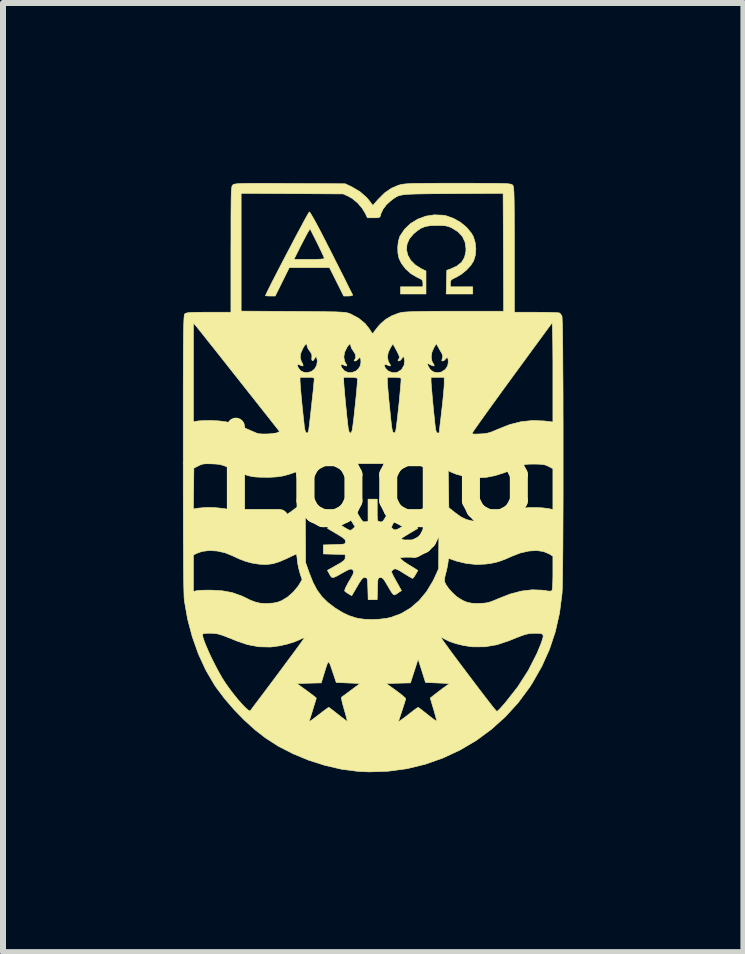
<source format=kicad_pcb>
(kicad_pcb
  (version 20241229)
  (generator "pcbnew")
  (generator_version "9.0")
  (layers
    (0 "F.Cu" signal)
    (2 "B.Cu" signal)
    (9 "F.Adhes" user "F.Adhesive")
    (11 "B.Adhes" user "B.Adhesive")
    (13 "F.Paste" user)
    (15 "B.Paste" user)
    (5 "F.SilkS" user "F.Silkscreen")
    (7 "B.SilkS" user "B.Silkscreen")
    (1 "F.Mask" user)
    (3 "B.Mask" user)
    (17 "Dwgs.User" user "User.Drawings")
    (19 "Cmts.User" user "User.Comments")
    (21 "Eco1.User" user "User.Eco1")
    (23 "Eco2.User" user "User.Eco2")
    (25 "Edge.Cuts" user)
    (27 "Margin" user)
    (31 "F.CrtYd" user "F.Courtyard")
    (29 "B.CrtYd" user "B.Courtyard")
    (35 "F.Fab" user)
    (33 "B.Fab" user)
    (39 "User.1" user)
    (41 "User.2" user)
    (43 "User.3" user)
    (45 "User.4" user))
  (footprint "Logo"
    (layer "F.Cu")
    (at 3.205 4.899)
    (property "Reference" "Logo" (at 0 0 0) (layer "F.SilkS") (effects (font (size 1.524 1.524) (thickness 0.3))))
    (attr through_hole)
    (fp_poly (pts (xy -1.085 -4.402) (xy -1.057 -4.357) (xy -1.015 -4.284) (xy -0.959 -4.181) (xy -0.89 -4.05) (xy -0.809 -3.891) (xy -0.728 -3.733) (xy -0.657 -3.591) (xy -0.59 -3.459) (xy -0.529 -3.339) (xy -0.477 -3.234) (xy -0.434 -3.147) (xy -0.401 -3.083) (xy -0.381 -3.042) (xy -0.375 -3.03) (xy -0.387 -3.021) (xy -0.423 -3.015) (xy -0.447 -3.014) (xy -0.525 -3.014) (xy -0.643 -3.251) (xy -0.762 -3.488) (xy -1.432 -3.488) (xy -1.549 -3.251) (xy -1.667 -3.014) (xy -1.748 -3.014) (xy -1.795 -3.015) (xy -1.824 -3.018) (xy -1.829 -3.019) (xy -1.821 -3.039) (xy -1.8 -3.084) (xy -1.766 -3.152) (xy -1.723 -3.239) (xy -1.671 -3.34) (xy -1.613 -3.453) (xy -1.55 -3.574) (xy -1.524 -3.624) (xy -1.355 -3.624) (xy -1.101 -3.624) (xy -0.995 -3.625) (xy -0.916 -3.628) (xy -0.866 -3.633) (xy -0.847 -3.64) (xy -0.847 -3.641) (xy -0.854 -3.661) (xy -0.874 -3.706) (xy -0.904 -3.77) (xy -0.942 -3.848) (xy -0.966 -3.897) (xy -1.086 -4.136) (xy -1.119 -4.082) (xy -1.139 -4.047) (xy -1.17 -3.988) (xy -1.208 -3.915) (xy -1.249 -3.835) (xy -1.254 -3.826) (xy -1.355 -3.624) (xy -1.524 -3.624) (xy -1.485 -3.699) (xy -1.419 -3.824) (xy -1.355 -3.947) (xy -1.294 -4.062) (xy -1.237 -4.167) (xy -1.188 -4.259) (xy -1.148 -4.332) (xy -1.118 -4.385) (xy -1.101 -4.412) (xy -1.098 -4.415) (xy -1.085 -4.402)) (stroke (width 0.01) (type solid)) (fill yes) (layer "F.SilkS"))
    (fp_poly (pts (xy 1.13 -4.361) (xy 1.185 -4.351) (xy 1.306 -4.308) (xy 1.422 -4.242) (xy 1.524 -4.158) (xy 1.604 -4.061) (xy 1.636 -4.005) (xy 1.666 -3.91) (xy 1.678 -3.802) (xy 1.67 -3.695) (xy 1.642 -3.602) (xy 1.641 -3.599) (xy 1.592 -3.523) (xy 1.521 -3.446) (xy 1.436 -3.377) (xy 1.347 -3.325) (xy 1.346 -3.325) (xy 1.294 -3.3) (xy 1.266 -3.279) (xy 1.255 -3.255) (xy 1.253 -3.225) (xy 1.253 -3.167) (xy 1.626 -3.167) (xy 1.626 -3.048) (xy 1.184 -3.048) (xy 1.189 -3.245) (xy 1.194 -3.443) (xy 1.255 -3.464) (xy 1.362 -3.513) (xy 1.44 -3.576) (xy 1.489 -3.656) (xy 1.512 -3.754) (xy 1.514 -3.802) (xy 1.499 -3.911) (xy 1.455 -4.005) (xy 1.381 -4.085) (xy 1.275 -4.151) (xy 1.275 -4.151) (xy 1.23 -4.17) (xy 1.186 -4.182) (xy 1.131 -4.189) (xy 1.055 -4.191) (xy 1.024 -4.191) (xy 0.92 -4.187) (xy 0.837 -4.173) (xy 0.767 -4.146) (xy 0.699 -4.1) (xy 0.64 -4.051) (xy 0.57 -3.968) (xy 0.531 -3.879) (xy 0.522 -3.787) (xy 0.543 -3.695) (xy 0.592 -3.609) (xy 0.669 -3.532) (xy 0.772 -3.467) (xy 0.774 -3.466) (xy 0.847 -3.431) (xy 0.847 -3.048) (xy 0.423 -3.048) (xy 0.423 -3.167) (xy 0.796 -3.167) (xy 0.796 -3.225) (xy 0.794 -3.257) (xy 0.782 -3.28) (xy 0.755 -3.3) (xy 0.705 -3.324) (xy 0.694 -3.329) (xy 0.596 -3.387) (xy 0.508 -3.466) (xy 0.438 -3.558) (xy 0.397 -3.643) (xy 0.379 -3.73) (xy 0.376 -3.828) (xy 0.386 -3.924) (xy 0.41 -4.004) (xy 0.414 -4.013) (xy 0.491 -4.128) (xy 0.591 -4.223) (xy 0.711 -4.296) (xy 0.844 -4.345) (xy 0.985 -4.367) (xy 1.13 -4.361)) (stroke (width 0.01) (type solid)) (fill yes) (layer "F.SilkS"))
    (fp_poly (pts (xy 0.034 0.557) (xy 0.034 0.638) (xy 0.036 0.691) (xy 0.04 0.723) (xy 0.049 0.739) (xy 0.063 0.746) (xy 0.076 0.749) (xy 0.097 0.753) (xy 0.113 0.75) (xy 0.129 0.738) (xy 0.15 0.711) (xy 0.178 0.664) (xy 0.219 0.594) (xy 0.227 0.58) (xy 0.265 0.516) (xy 0.291 0.476) (xy 0.311 0.457) (xy 0.327 0.453) (xy 0.344 0.46) (xy 0.388 0.483) (xy 0.413 0.505) (xy 0.42 0.531) (xy 0.41 0.569) (xy 0.382 0.625) (xy 0.354 0.677) (xy 0.319 0.742) (xy 0.291 0.795) (xy 0.274 0.831) (xy 0.271 0.841) (xy 0.284 0.86) (xy 0.305 0.877) (xy 0.325 0.885) (xy 0.348 0.883) (xy 0.382 0.87) (xy 0.433 0.841) (xy 0.478 0.813) (xy 0.539 0.777) (xy 0.588 0.748) (xy 0.62 0.731) (xy 0.627 0.728) (xy 0.641 0.742) (xy 0.663 0.775) (xy 0.674 0.794) (xy 0.711 0.86) (xy 0.558 0.951) (xy 0.489 0.993) (xy 0.444 1.023) (xy 0.42 1.046) (xy 0.41 1.066) (xy 0.41 1.084) (xy 0.413 1.102) (xy 0.422 1.115) (xy 0.443 1.122) (xy 0.481 1.127) (xy 0.543 1.129) (xy 0.597 1.131) (xy 0.779 1.136) (xy 0.779 1.287) (xy 0.404 1.287) (xy 0.41 1.332) (xy 0.418 1.357) (xy 0.44 1.383) (xy 0.48 1.415) (xy 0.544 1.458) (xy 0.563 1.469) (xy 0.711 1.561) (xy 0.674 1.627) (xy 0.649 1.667) (xy 0.629 1.691) (xy 0.624 1.693) (xy 0.605 1.685) (xy 0.564 1.662) (xy 0.509 1.629) (xy 0.476 1.608) (xy 0.412 1.568) (xy 0.368 1.545) (xy 0.34 1.535) (xy 0.319 1.537) (xy 0.306 1.544) (xy 0.279 1.567) (xy 0.271 1.583) (xy 0.279 1.604) (xy 0.3 1.648) (xy 0.331 1.706) (xy 0.355 1.749) (xy 0.438 1.897) (xy 0.376 1.939) (xy 0.347 1.959) (xy 0.326 1.968) (xy 0.307 1.965) (xy 0.287 1.945) (xy 0.26 1.905) (xy 0.223 1.842) (xy 0.198 1.799) (xy 0.161 1.738) (xy 0.135 1.701) (xy 0.113 1.684) (xy 0.09 1.68) (xy 0.085 1.68) (xy 0.066 1.683) (xy 0.054 1.692) (xy 0.046 1.713) (xy 0.042 1.751) (xy 0.039 1.813) (xy 0.038 1.867) (xy 0.033 2.049) (xy -0.117 2.049) (xy -0.122 1.867) (xy -0.125 1.787) (xy -0.128 1.734) (xy -0.133 1.703) (xy -0.142 1.688) (xy -0.157 1.682) (xy -0.169 1.68) (xy -0.19 1.681) (xy -0.211 1.693) (xy -0.234 1.721) (xy -0.266 1.769) (xy -0.301 1.829) (xy -0.391 1.982) (xy -0.442 1.952) (xy -0.481 1.927) (xy -0.507 1.906) (xy -0.508 1.905) (xy -0.506 1.883) (xy -0.488 1.84) (xy -0.457 1.78) (xy -0.439 1.748) (xy -0.397 1.677) (xy -0.371 1.628) (xy -0.36 1.596) (xy -0.361 1.574) (xy -0.372 1.556) (xy -0.38 1.548) (xy -0.395 1.538) (xy -0.415 1.539) (xy -0.448 1.55) (xy -0.498 1.576) (xy -0.56 1.61) (xy -0.63 1.65) (xy -0.678 1.673) (xy -0.709 1.68) (xy -0.73 1.67) (xy -0.75 1.644) (xy -0.771 1.605) (xy -0.796 1.56) (xy -0.648 1.476) (xy -0.579 1.437) (xy -0.536 1.408) (xy -0.512 1.386) (xy -0.501 1.365) (xy -0.5 1.344) (xy -0.5 1.295) (xy -0.682 1.291) (xy -0.864 1.286) (xy -0.864 1.136) (xy -0.682 1.131) (xy -0.601 1.128) (xy -0.549 1.125) (xy -0.518 1.12) (xy -0.502 1.111) (xy -0.496 1.096) (xy -0.495 1.084) (xy -0.496 1.062) (xy -0.507 1.042) (xy -0.535 1.018) (xy -0.583 0.986) (xy -0.642 0.951) (xy -0.795 0.86) (xy -0.761 0.794) (xy -0.738 0.754) (xy -0.719 0.731) (xy -0.714 0.728) (xy -0.695 0.737) (xy -0.654 0.759) (xy -0.6 0.791) (xy -0.575 0.806) (xy -0.505 0.849) (xy -0.458 0.876) (xy -0.427 0.89) (xy -0.406 0.891) (xy -0.388 0.881) (xy -0.372 0.867) (xy -0.336 0.833) (xy -0.429 0.683) (xy -0.473 0.611) (xy -0.498 0.561) (xy -0.505 0.526) (xy -0.494 0.501) (xy -0.466 0.48) (xy -0.438 0.464) (xy -0.411 0.452) (xy -0.392 0.453) (xy -0.374 0.472) (xy -0.348 0.514) (xy -0.34 0.529) (xy -0.291 0.616) (xy -0.255 0.677) (xy -0.229 0.717) (xy -0.209 0.74) (xy -0.192 0.75) (xy -0.176 0.752) (xy -0.163 0.75) (xy -0.119 0.741) (xy -0.119 0.373) (xy 0.034 0.373) (xy 0.034 0.557)) (stroke (width 0.01) (type solid)) (fill yes) (layer "F.SilkS"))
    (fp_poly (pts (xy 1.575 -4.894) (xy 1.74 -4.893) (xy 1.877 -4.893) (xy 1.988 -4.892) (xy 2.077 -4.891) (xy 2.145 -4.889) (xy 2.196 -4.887) (xy 2.233 -4.883) (xy 2.259 -4.879) (xy 2.275 -4.874) (xy 2.286 -4.868) (xy 2.292 -4.863) (xy 2.298 -4.854) (xy 2.303 -4.84) (xy 2.307 -4.818) (xy 2.31 -4.786) (xy 2.313 -4.74) (xy 2.315 -4.679) (xy 2.317 -4.6) (xy 2.318 -4.501) (xy 2.319 -4.379) (xy 2.319 -4.23) (xy 2.32 -4.054) (xy 2.32 -3.847) (xy 2.32 -3.788) (xy 2.32 -2.743) (xy 2.688 -2.743) (xy 2.797 -2.742) (xy 2.895 -2.741) (xy 2.977 -2.738) (xy 3.037 -2.735) (xy 3.07 -2.732) (xy 3.075 -2.73) (xy 3.097 -2.706) (xy 3.113 -2.681) (xy 3.116 -2.659) (xy 3.118 -2.606) (xy 3.121 -2.523) (xy 3.123 -2.414) (xy 3.125 -2.281) (xy 3.127 -2.126) (xy 3.128 -1.951) (xy 3.129 -1.76) (xy 3.131 -1.553) (xy 3.132 -1.335) (xy 3.132 -1.106) (xy 3.133 -0.87) (xy 3.133 -0.629) (xy 3.133 -0.386) (xy 3.133 -0.142) (xy 3.133 0.1) (xy 3.133 0.337) (xy 3.132 0.568) (xy 3.131 0.789) (xy 3.13 0.998) (xy 3.129 1.193) (xy 3.127 1.371) (xy 3.125 1.531) (xy 3.123 1.669) (xy 3.121 1.783) (xy 3.119 1.872) (xy 3.116 1.931) (xy 3.115 1.947) (xy 3.073 2.274) (xy 3.003 2.583) (xy 2.905 2.878) (xy 2.777 3.162) (xy 2.619 3.44) (xy 2.575 3.508) (xy 2.384 3.766) (xy 2.17 4.001) (xy 1.935 4.212) (xy 1.682 4.398) (xy 1.412 4.557) (xy 1.128 4.689) (xy 0.833 4.793) (xy 0.528 4.867) (xy 0.216 4.909) (xy -0.101 4.92) (xy -0.296 4.91) (xy -0.563 4.875) (xy -0.835 4.812) (xy -1.106 4.726) (xy -1.368 4.618) (xy -1.614 4.492) (xy -1.827 4.355) (xy -2.001 4.22) (xy -2.178 4.06) (xy -2.349 3.885) (xy -2.507 3.702) (xy -2.645 3.52) (xy -2.679 3.47) (xy -2.823 3.224) (xy -2.947 2.955) (xy -3.049 2.668) (xy -3.058 2.634) (xy -2.879 2.634) (xy -2.871 2.678) (xy -2.848 2.747) (xy -2.813 2.833) (xy -2.77 2.933) (xy -2.719 3.04) (xy -2.664 3.149) (xy -2.608 3.254) (xy -2.553 3.351) (xy -2.501 3.433) (xy -2.496 3.44) (xy -2.434 3.528) (xy -2.368 3.615) (xy -2.301 3.698) (xy -2.238 3.771) (xy -2.181 3.832) (xy -2.134 3.877) (xy -2.1 3.901) (xy -2.084 3.902) (xy -2.071 3.886) (xy -2.04 3.845) (xy -1.993 3.782) (xy -1.932 3.701) (xy -1.859 3.605) (xy -1.777 3.495) (xy -1.74 3.446) (xy -1.308 3.446) (xy -1.145 3.563) (xy -1.082 3.61) (xy -1.03 3.649) (xy -0.995 3.678) (xy -0.982 3.69) (xy -0.987 3.709) (xy -1 3.754) (xy -1.02 3.817) (xy -1.041 3.886) (xy -1.064 3.96) (xy -1.083 4.021) (xy -1.096 4.062) (xy -1.1 4.078) (xy -1.094 4.078) (xy -1.072 4.065) (xy -1.031 4.036) (xy -0.969 3.988) (xy -0.92 3.951) (xy -0.862 3.906) (xy -0.815 3.871) (xy -0.783 3.849) (xy -0.774 3.844) (xy -0.759 3.854) (xy -0.722 3.881) (xy -0.671 3.921) (xy -0.618 3.963) (xy -0.558 4.01) (xy -0.509 4.047) (xy -0.476 4.071) (xy -0.464 4.077) (xy -0.467 4.06) (xy -0.478 4.017) (xy -0.495 3.954) (xy -0.517 3.879) (xy -0.517 3.878) (xy -0.538 3.802) (xy -0.554 3.739) (xy -0.562 3.694) (xy -0.561 3.675) (xy -0.561 3.675) (xy -0.543 3.662) (xy -0.503 3.633) (xy -0.449 3.593) (xy -0.4 3.556) (xy -0.252 3.446) (xy 0.183 3.446) (xy 0.346 3.563) (xy 0.409 3.61) (xy 0.461 3.652) (xy 0.496 3.683) (xy 0.508 3.699) (xy 0.503 3.722) (xy 0.489 3.77) (xy 0.468 3.835) (xy 0.449 3.895) (xy 0.425 3.966) (xy 0.406 4.025) (xy 0.393 4.064) (xy 0.389 4.077) (xy 0.395 4.078) (xy 0.415 4.067) (xy 0.451 4.041) (xy 0.508 3.999) (xy 0.57 3.951) (xy 0.628 3.906) (xy 0.675 3.871) (xy 0.707 3.849) (xy 0.716 3.844) (xy 0.731 3.854) (xy 0.768 3.881) (xy 0.819 3.921) (xy 0.872 3.963) (xy 0.932 4.01) (xy 0.981 4.047) (xy 1.015 4.07) (xy 1.026 4.076) (xy 1.024 4.059) (xy 1.013 4.016) (xy 0.996 3.953) (xy 0.975 3.88) (xy 0.918 3.689) (xy 1.003 3.622) (xy 1.064 3.575) (xy 1.129 3.526) (xy 1.164 3.501) (xy 1.24 3.446) (xy 0.839 3.429) (xy 0.778 3.234) (xy 0.716 3.04) (xy 0.652 3.238) (xy 0.588 3.436) (xy 0.386 3.441) (xy 0.183 3.446) (xy -0.252 3.446) (xy -0.649 3.429) (xy -0.712 3.243) (xy -0.738 3.165) (xy -0.757 3.114) (xy -0.773 3.09) (xy -0.787 3.094) (xy -0.803 3.128) (xy -0.824 3.191) (xy -0.853 3.285) (xy -0.855 3.291) (xy -0.899 3.436) (xy -1.308 3.446) (xy -1.74 3.446) (xy -1.687 3.375) (xy -1.62 3.285) (xy -1.527 3.16) (xy -1.441 3.044) (xy -1.363 2.939) (xy -1.296 2.848) (xy -1.242 2.774) (xy -1.203 2.719) (xy -1.181 2.687) (xy -1.176 2.679) (xy -1.192 2.684) (xy -1.229 2.7) (xy -1.263 2.717) (xy -1.357 2.756) (xy -1.473 2.791) (xy -1.6 2.819) (xy -1.726 2.836) (xy -1.752 2.838) (xy -1.937 2.834) (xy -2.128 2.798) (xy -2.314 2.735) (xy -2.421 2.69) (xy -2.459 2.676) (xy 1.096 2.676) (xy 1.102 2.688) (xy 1.127 2.725) (xy 1.167 2.782) (xy 1.221 2.856) (xy 1.286 2.945) (xy 1.359 3.043) (xy 1.391 3.086) (xy 1.526 3.265) (xy 1.642 3.419) (xy 1.74 3.548) (xy 1.822 3.655) (xy 1.888 3.741) (xy 1.94 3.808) (xy 1.979 3.857) (xy 2.007 3.889) (xy 2.024 3.907) (xy 2.031 3.912) (xy 2.047 3.899) (xy 2.08 3.867) (xy 2.124 3.818) (xy 2.17 3.766) (xy 2.378 3.501) (xy 2.553 3.228) (xy 2.696 2.948) (xy 2.762 2.789) (xy 2.789 2.711) (xy 2.802 2.66) (xy 2.795 2.629) (xy 2.767 2.614) (xy 2.714 2.609) (xy 2.659 2.609) (xy 2.608 2.61) (xy 2.561 2.616) (xy 2.509 2.627) (xy 2.448 2.647) (xy 2.371 2.676) (xy 2.272 2.716) (xy 2.231 2.733) (xy 2.03 2.8) (xy 1.831 2.834) (xy 1.634 2.835) (xy 1.592 2.831) (xy 1.465 2.811) (xy 1.345 2.781) (xy 1.239 2.745) (xy 1.16 2.706) (xy 1.122 2.686) (xy 1.097 2.676) (xy 1.096 2.676) (xy -2.459 2.676) (xy -2.505 2.658) (xy -2.57 2.635) (xy -2.623 2.62) (xy -2.67 2.612) (xy -2.718 2.609) (xy -2.756 2.608) (xy -2.821 2.609) (xy -2.859 2.614) (xy -2.876 2.624) (xy -2.879 2.634) (xy -3.058 2.634) (xy -3.128 2.37) (xy -3.181 2.066) (xy -3.183 2.049) (xy -3.186 2.008) (xy -3.188 1.934) (xy -3.191 1.827) (xy -3.193 1.687) (xy -3.194 1.609) (xy -3.031 1.609) (xy -3.031 1.914) (xy -2.985 1.901) (xy -2.949 1.896) (xy -2.889 1.892) (xy -2.812 1.89) (xy -2.735 1.89) (xy -2.548 1.901) (xy -2.383 1.931) (xy -2.233 1.984) (xy -2.179 2.009) (xy -2.079 2.058) (xy -1.996 2.089) (xy -1.92 2.107) (xy -1.842 2.113) (xy -1.786 2.112) (xy -1.697 2.105) (xy -1.624 2.09) (xy -1.554 2.063) (xy -1.554 2.062) (xy -1.459 2.004) (xy -1.367 1.923) (xy -1.288 1.829) (xy -1.26 1.786) (xy -1.218 1.713) (xy -1.252 1.613) (xy -1.272 1.538) (xy -1.29 1.453) (xy -1.297 1.4) (xy -1.303 1.343) (xy -1.309 1.303) (xy -1.313 1.287) (xy -1.313 1.287) (xy -1.329 1.294) (xy -1.369 1.312) (xy -1.427 1.34) (xy -1.476 1.363) (xy -1.598 1.416) (xy -1.705 1.449) (xy -1.809 1.462) (xy -1.918 1.458) (xy -1.949 1.455) (xy -2.06 1.437) (xy -2.161 1.409) (xy -2.267 1.369) (xy -2.376 1.318) (xy -2.504 1.266) (xy -2.637 1.237) (xy -2.766 1.229) (xy -2.886 1.244) (xy -2.979 1.278) (xy -3.031 1.305) (xy -3.031 1.609) (xy -3.194 1.609) (xy -3.195 1.515) (xy -3.196 1.311) (xy -3.198 1.076) (xy -3.199 0.811) (xy -3.199 0.537) (xy -3.032 0.537) (xy -2.951 0.523) (xy -2.816 0.511) (xy -2.669 0.514) (xy -2.518 0.53) (xy -2.371 0.559) (xy -2.238 0.6) (xy -2.126 0.65) (xy -2.092 0.67) (xy -1.99 0.718) (xy -1.874 0.741) (xy -1.752 0.739) (xy -1.633 0.712) (xy -1.575 0.688) (xy -1.507 0.65) (xy -1.434 0.603) (xy -1.393 0.574) (xy -1.304 0.507) (xy -1.304 0.209) (xy -1.304 0.102) (xy -1.305 0.024) (xy -1.308 -0.029) (xy -1.312 -0.061) (xy -1.318 -0.076) (xy -1.327 -0.079) (xy -1.33 -0.078) (xy -1.44 -0.04) (xy -1.538 -0.014) (xy -1.637 0.001) (xy -1.751 0.008) (xy -1.82 0.008) (xy -1.916 0.007) (xy -1.994 0.003) (xy -2.063 -0.006) (xy -2.13 -0.023) (xy -2.204 -0.049) (xy -2.293 -0.086) (xy -2.396 -0.133) (xy -2.476 -0.168) (xy -2.537 -0.191) (xy -2.591 -0.205) (xy -2.648 -0.212) (xy -2.718 -0.216) (xy -2.795 -0.218) (xy -2.85 -0.216) (xy -2.892 -0.207) (xy -2.932 -0.19) (xy -2.946 -0.183) (xy -3.023 -0.144) (xy -3.027 0.196) (xy -3.032 0.537) (xy -3.199 0.537) (xy -3.199 0.515) (xy -3.2 0.19) (xy -3.2 -0.165) (xy -3.2 -0.22) (xy -1.17 -0.22) (xy -1.165 0.605) (xy -1.16 1.431) (xy -1.099 1.603) (xy -1.038 1.758) (xy -0.97 1.887) (xy -0.89 1.996) (xy -0.793 2.092) (xy -0.675 2.183) (xy -0.666 2.189) (xy -0.548 2.262) (xy -0.44 2.314) (xy -0.329 2.35) (xy -0.274 2.363) (xy -0.172 2.376) (xy -0.051 2.38) (xy 0.075 2.374) (xy 0.194 2.359) (xy 0.262 2.344) (xy 0.433 2.281) (xy 0.59 2.187) (xy 0.732 2.065) (xy 0.857 1.914) (xy 0.964 1.737) (xy 0.968 1.729) (xy 1.155 1.729) (xy 1.157 1.749) (xy 1.181 1.8) (xy 1.225 1.863) (xy 1.283 1.928) (xy 1.346 1.987) (xy 1.395 2.023) (xy 1.471 2.067) (xy 1.538 2.094) (xy 1.611 2.108) (xy 1.699 2.112) (xy 1.744 2.111) (xy 1.816 2.107) (xy 1.873 2.099) (xy 1.929 2.083) (xy 1.995 2.057) (xy 2.048 2.034) (xy 2.246 1.956) (xy 2.436 1.906) (xy 2.616 1.884) (xy 2.783 1.89) (xy 2.819 1.895) (xy 2.883 1.905) (xy 2.922 1.907) (xy 2.942 1.9) (xy 2.949 1.893) (xy 2.954 1.869) (xy 2.958 1.818) (xy 2.961 1.745) (xy 2.963 1.658) (xy 2.963 1.597) (xy 2.963 1.324) (xy 2.904 1.287) (xy 2.807 1.246) (xy 2.69 1.229) (xy 2.56 1.238) (xy 2.419 1.27) (xy 2.275 1.326) (xy 2.173 1.371) (xy 2.089 1.403) (xy 2.014 1.426) (xy 1.935 1.442) (xy 1.844 1.455) (xy 1.686 1.462) (xy 1.52 1.445) (xy 1.361 1.407) (xy 1.34 1.4) (xy 1.223 1.359) (xy 1.212 1.446) (xy 1.199 1.517) (xy 1.181 1.594) (xy 1.174 1.619) (xy 1.16 1.677) (xy 1.155 1.729) (xy 0.968 1.729) (xy 1.001 1.659) (xy 1.058 1.532) (xy 1.067 -0.103) (xy 1.218 -0.103) (xy 1.228 0.515) (xy 1.329 0.596) (xy 1.427 0.667) (xy 1.519 0.712) (xy 1.615 0.736) (xy 1.725 0.741) (xy 1.736 0.741) (xy 1.811 0.736) (xy 1.871 0.726) (xy 1.929 0.706) (xy 1.999 0.673) (xy 2.136 0.611) (xy 2.262 0.566) (xy 2.387 0.535) (xy 2.458 0.524) (xy 2.56 0.514) (xy 2.677 0.513) (xy 2.793 0.518) (xy 2.894 0.531) (xy 2.917 0.536) (xy 2.963 0.546) (xy 2.963 -0.135) (xy 2.891 -0.173) (xy 2.852 -0.192) (xy 2.81 -0.203) (xy 2.757 -0.209) (xy 2.683 -0.212) (xy 2.65 -0.212) (xy 2.571 -0.211) (xy 2.513 -0.207) (xy 2.464 -0.197) (xy 2.412 -0.179) (xy 2.344 -0.149) (xy 2.324 -0.139) (xy 2.152 -0.068) (xy 1.997 -0.019) (xy 1.853 0.009) (xy 1.721 0.017) (xy 1.596 0.01) (xy 1.47 -0.011) (xy 1.354 -0.042) (xy 1.268 -0.077) (xy 1.218 -0.103) (xy 1.067 -0.103) (xy 1.068 -0.22) (xy -1.17 -0.22) (xy -3.2 -0.22) (xy -3.2 -0.392) (xy -3.2 -0.719) (xy -3.2 -0.914) (xy -3.031 -0.914) (xy -2.985 -0.926) (xy -2.949 -0.931) (xy -2.889 -0.935) (xy -2.812 -0.937) (xy -2.743 -0.938) (xy -2.608 -0.932) (xy -2.485 -0.916) (xy -2.364 -0.885) (xy -2.233 -0.838) (xy -2.138 -0.798) (xy -2.071 -0.768) (xy -2.014 -0.744) (xy -1.975 -0.727) (xy -1.964 -0.723) (xy -1.924 -0.716) (xy -1.863 -0.713) (xy -1.791 -0.714) (xy -1.721 -0.719) (xy -1.715 -0.719) (xy 1.617 -0.719) (xy 1.634 -0.713) (xy 1.673 -0.712) (xy 1.741 -0.714) (xy 1.746 -0.714) (xy 1.819 -0.719) (xy 1.879 -0.729) (xy 1.939 -0.747) (xy 2.01 -0.777) (xy 2.045 -0.792) (xy 2.242 -0.87) (xy 2.432 -0.918) (xy 2.62 -0.938) (xy 2.814 -0.931) (xy 2.857 -0.926) (xy 2.963 -0.913) (xy 2.963 -1.747) (xy 2.963 -1.91) (xy 2.962 -2.063) (xy 2.961 -2.201) (xy 2.959 -2.322) (xy 2.957 -2.421) (xy 2.955 -2.497) (xy 2.952 -2.546) (xy 2.95 -2.565) (xy 2.949 -2.565) (xy 2.935 -2.546) (xy 2.902 -2.502) (xy 2.85 -2.432) (xy 2.782 -2.339) (xy 2.697 -2.223) (xy 2.596 -2.086) (xy 2.481 -1.928) (xy 2.352 -1.752) (xy 2.21 -1.558) (xy 2.148 -1.473) (xy 2.064 -1.357) (xy 1.98 -1.241) (xy 1.899 -1.129) (xy 1.823 -1.023) (xy 1.755 -0.928) (xy 1.698 -0.847) (xy 1.654 -0.785) (xy 1.626 -0.743) (xy 1.618 -0.731) (xy 1.617 -0.719) (xy -1.715 -0.719) (xy -1.665 -0.726) (xy -1.639 -0.733) (xy -1.593 -0.754) (xy -2.255 -1.592) (xy -2.308 -1.659) (xy -1.253 -1.659) (xy -1.253 -1.597) (xy -1.251 -1.563) (xy -1.247 -1.502) (xy -1.24 -1.42) (xy -1.231 -1.323) (xy -1.221 -1.217) (xy -1.21 -1.11) (xy -1.199 -1.006) (xy -1.189 -0.914) (xy -1.181 -0.838) (xy -1.176 -0.8) (xy -1.163 -0.753) (xy -1.145 -0.729) (xy -1.125 -0.732) (xy -1.11 -0.765) (xy -1.11 -0.766) (xy -1.106 -0.794) (xy -1.099 -0.849) (xy -1.09 -0.927) (xy -1.079 -1.02) (xy -1.068 -1.123) (xy -1.056 -1.23) (xy -1.045 -1.335) (xy -1.034 -1.433) (xy -1.026 -1.517) (xy -1.02 -1.582) (xy -1.016 -1.622) (xy -1.016 -1.63) (xy -1.021 -1.646) (xy -1.039 -1.655) (xy -1.078 -1.659) (xy -1.135 -1.659) (xy -0.525 -1.659) (xy -0.525 -1.593) (xy -0.523 -1.557) (xy -0.518 -1.494) (xy -0.511 -1.411) (xy -0.502 -1.313) (xy -0.492 -1.207) (xy -0.481 -1.099) (xy -0.471 -0.996) (xy -0.46 -0.904) (xy -0.452 -0.83) (xy -0.448 -0.8) (xy -0.435 -0.75) (xy -0.417 -0.729) (xy -0.398 -0.737) (xy -0.383 -0.777) (xy -0.382 -0.783) (xy -0.374 -0.838) (xy -0.364 -0.915) (xy -0.353 -1.006) (xy -0.342 -1.109) (xy -0.331 -1.215) (xy -0.32 -1.321) (xy -0.31 -1.419) (xy -0.303 -1.506) (xy -0.297 -1.575) (xy -0.294 -1.62) (xy -0.295 -1.636) (xy -0.314 -1.65) (xy -0.359 -1.658) (xy -0.414 -1.659) (xy 0.203 -1.659) (xy 0.203 -1.587) (xy 0.205 -1.55) (xy 0.21 -1.486) (xy 0.217 -1.401) (xy 0.226 -1.301) (xy 0.237 -1.195) (xy 0.248 -1.087) (xy 0.258 -0.984) (xy 0.268 -0.893) (xy 0.277 -0.821) (xy 0.28 -0.8) (xy 0.293 -0.75) (xy 0.312 -0.729) (xy 0.33 -0.737) (xy 0.345 -0.777) (xy 0.346 -0.783) (xy 0.354 -0.842) (xy 0.364 -0.921) (xy 0.375 -1.015) (xy 0.386 -1.119) (xy 0.398 -1.226) (xy 0.408 -1.331) (xy 0.417 -1.43) (xy 0.425 -1.515) (xy 0.43 -1.583) (xy 0.432 -1.628) (xy 0.432 -1.643) (xy 0.411 -1.651) (xy 0.366 -1.657) (xy 0.312 -1.659) (xy 0.931 -1.659) (xy 0.931 -1.596) (xy 0.933 -1.561) (xy 0.938 -1.498) (xy 0.945 -1.415) (xy 0.953 -1.317) (xy 0.963 -1.212) (xy 0.973 -1.105) (xy 0.984 -1.002) (xy 0.993 -0.912) (xy 1.001 -0.839) (xy 1.008 -0.79) (xy 1.009 -0.783) (xy 1.022 -0.743) (xy 1.042 -0.728) (xy 1.064 -0.732) (xy 1.067 -0.736) (xy 1.069 -0.754) (xy 1.074 -0.801) (xy 1.082 -0.871) (xy 1.093 -0.96) (xy 1.105 -1.063) (xy 1.109 -1.101) (xy 1.122 -1.214) (xy 1.133 -1.323) (xy 1.142 -1.42) (xy 1.149 -1.499) (xy 1.151 -1.552) (xy 1.151 -1.559) (xy 1.151 -1.659) (xy 0.931 -1.659) (xy 0.312 -1.659) (xy 0.203 -1.659) (xy -0.414 -1.659) (xy -0.525 -1.659) (xy -1.135 -1.659) (xy -1.253 -1.659) (xy -2.308 -1.659) (xy -2.373 -1.741) (xy -2.47 -1.864) (xy -1.298 -1.864) (xy -1.287 -1.827) (xy -1.284 -1.82) (xy -1.244 -1.769) (xy -1.187 -1.741) (xy -1.123 -1.737) (xy -1.059 -1.758) (xy -1.012 -1.795) (xy -0.974 -1.86) (xy -0.974 -1.862) (xy -0.573 -1.862) (xy -0.561 -1.825) (xy -0.557 -1.818) (xy -0.513 -1.766) (xy -0.453 -1.739) (xy -0.387 -1.738) (xy -0.322 -1.763) (xy -0.284 -1.795) (xy -0.247 -1.851) (xy -0.245 -1.863) (xy 0.154 -1.863) (xy 0.157 -1.839) (xy 0.174 -1.807) (xy 0.206 -1.774) (xy 0.226 -1.759) (xy 0.295 -1.734) (xy 0.365 -1.74) (xy 0.429 -1.779) (xy 0.445 -1.795) (xy 0.482 -1.86) (xy 0.487 -1.896) (xy 0.865 -1.896) (xy 0.884 -1.844) (xy 0.92 -1.784) (xy 0.975 -1.747) (xy 1.039 -1.734) (xy 1.105 -1.747) (xy 1.165 -1.787) (xy 1.173 -1.795) (xy 1.209 -1.851) (xy 1.219 -1.911) (xy 1.215 -1.966) (xy 1.203 -1.987) (xy 1.183 -1.977) (xy 1.173 -1.964) (xy 1.146 -1.938) (xy 1.125 -1.93) (xy 1.11 -1.937) (xy 1.115 -1.961) (xy 1.12 -1.97) (xy 1.128 -2.006) (xy 1.117 -2.045) (xy 1.107 -2.065) (xy 1.076 -2.118) (xy 1.047 -2.17) (xy 1.02 -2.22) (xy 0.982 -2.158) (xy 0.946 -2.079) (xy 0.934 -1.999) (xy 0.946 -1.928) (xy 0.963 -1.895) (xy 0.984 -1.861) (xy 0.979 -1.847) (xy 0.948 -1.855) (xy 0.914 -1.871) (xy 0.865 -1.896) (xy 0.487 -1.896) (xy 0.492 -1.935) (xy 0.48 -1.989) (xy 0.47 -2.005) (xy 0.458 -1.993) (xy 0.45 -1.978) (xy 0.424 -1.946) (xy 0.401 -1.933) (xy 0.381 -1.933) (xy 0.384 -1.949) (xy 0.392 -1.962) (xy 0.401 -1.978) (xy 0.404 -1.994) (xy 0.399 -2.017) (xy 0.384 -2.051) (xy 0.357 -2.104) (xy 0.322 -2.169) (xy 0.296 -2.216) (xy 0.256 -2.155) (xy 0.218 -2.076) (xy 0.205 -1.997) (xy 0.218 -1.927) (xy 0.235 -1.895) (xy 0.256 -1.86) (xy 0.25 -1.847) (xy 0.219 -1.855) (xy 0.201 -1.864) (xy 0.168 -1.874) (xy 0.154 -1.863) (xy -0.245 -1.863) (xy -0.237 -1.911) (xy -0.241 -1.966) (xy -0.253 -1.987) (xy -0.273 -1.977) (xy -0.283 -1.964) (xy -0.312 -1.938) (xy -0.335 -1.93) (xy -0.352 -1.935) (xy -0.342 -1.951) (xy -0.323 -1.992) (xy -0.331 -2.044) (xy -0.364 -2.097) (xy -0.392 -2.139) (xy -0.406 -2.177) (xy -0.406 -2.183) (xy -0.412 -2.212) (xy -0.428 -2.212) (xy -0.455 -2.181) (xy -0.472 -2.155) (xy -0.51 -2.076) (xy -0.523 -1.997) (xy -0.51 -1.926) (xy -0.493 -1.895) (xy -0.472 -1.86) (xy -0.478 -1.847) (xy -0.509 -1.855) (xy -0.527 -1.864) (xy -0.561 -1.875) (xy -0.573 -1.862) (xy -0.974 -1.862) (xy -0.964 -1.935) (xy -0.976 -1.989) (xy -0.986 -2.005) (xy -0.998 -1.993) (xy -1.005 -1.979) (xy -1.03 -1.942) (xy -1.049 -1.935) (xy -1.058 -1.958) (xy -1.056 -1.985) (xy -1.055 -2.033) (xy -1.075 -2.075) (xy -1.091 -2.095) (xy -1.119 -2.137) (xy -1.134 -2.176) (xy -1.135 -2.183) (xy -1.14 -2.213) (xy -1.156 -2.212) (xy -1.183 -2.179) (xy -1.208 -2.136) (xy -1.243 -2.055) (xy -1.25 -1.987) (xy -1.231 -1.922) (xy -1.219 -1.901) (xy -1.201 -1.862) (xy -1.207 -1.847) (xy -1.237 -1.855) (xy -1.256 -1.864) (xy -1.288 -1.876) (xy -1.298 -1.864) (xy -2.47 -1.864) (xy -2.485 -1.883) (xy -2.591 -2.017) (xy -2.688 -2.14) (xy -2.775 -2.248) (xy -2.848 -2.341) (xy -2.907 -2.415) (xy -2.949 -2.467) (xy -2.972 -2.496) (xy -2.974 -2.498) (xy -3.03 -2.565) (xy -3.031 -1.74) (xy -3.031 -0.914) (xy -3.2 -0.914) (xy -3.2 -1.015) (xy -3.2 -1.279) (xy -3.2 -1.515) (xy -3.199 -1.724) (xy -3.199 -1.907) (xy -3.198 -2.066) (xy -3.197 -2.203) (xy -3.196 -2.319) (xy -3.195 -2.417) (xy -3.193 -2.497) (xy -3.191 -2.562) (xy -3.189 -2.613) (xy -3.187 -2.651) (xy -3.184 -2.679) (xy -3.181 -2.698) (xy -3.178 -2.71) (xy -3.174 -2.717) (xy -3.174 -2.717) (xy -3.16 -2.725) (xy -3.138 -2.732) (xy -3.102 -2.737) (xy -3.047 -2.74) (xy -2.971 -2.742) (xy -2.868 -2.743) (xy -2.776 -2.743) (xy -2.405 -2.743) (xy -2.405 -2.762) (xy -2.235 -2.762) (xy -1.367 -2.757) (xy -1.173 -2.756) (xy -1.01 -2.754) (xy -0.875 -2.753) (xy -0.764 -2.751) (xy -0.675 -2.75) (xy -0.605 -2.747) (xy -0.551 -2.744) (xy -0.509 -2.74) (xy -0.478 -2.736) (xy -0.453 -2.73) (xy -0.432 -2.723) (xy -0.413 -2.716) (xy -0.278 -2.645) (xy -0.168 -2.555) (xy -0.106 -2.477) (xy -0.043 -2.383) (xy -0.009 -2.431) (xy 0.023 -2.472) (xy 0.065 -2.523) (xy 0.089 -2.549) (xy 0.172 -2.622) (xy 0.277 -2.684) (xy 0.391 -2.728) (xy 0.448 -2.742) (xy 0.492 -2.746) (xy 0.568 -2.751) (xy 0.674 -2.754) (xy 0.808 -2.757) (xy 0.969 -2.759) (xy 1.154 -2.76) (xy 1.345 -2.76) (xy 2.142 -2.76) (xy 2.138 -3.743) (xy 2.133 -4.726) (xy 1.291 -4.721) (xy 1.097 -4.72) (xy 0.933 -4.719) (xy 0.797 -4.717) (xy 0.686 -4.715) (xy 0.596 -4.712) (xy 0.524 -4.708) (xy 0.468 -4.702) (xy 0.423 -4.694) (xy 0.388 -4.684) (xy 0.358 -4.67) (xy 0.331 -4.654) (xy 0.303 -4.635) (xy 0.272 -4.611) (xy 0.267 -4.608) (xy 0.19 -4.539) (xy 0.131 -4.462) (xy 0.095 -4.386) (xy 0.091 -4.368) (xy 0.083 -4.341) (xy 0.07 -4.326) (xy 0.042 -4.319) (xy -0.009 -4.318) (xy -0.024 -4.318) (xy -0.129 -4.318) (xy -0.166 -4.395) (xy -0.222 -4.485) (xy -0.297 -4.57) (xy -0.382 -4.64) (xy -0.445 -4.676) (xy -0.533 -4.716) (xy -1.384 -4.721) (xy -2.235 -4.726) (xy -2.235 -2.762) (xy -2.405 -2.762) (xy -2.405 -3.79) (xy -2.404 -4.005) (xy -2.404 -4.188) (xy -2.404 -4.343) (xy -2.403 -4.471) (xy -2.402 -4.575) (xy -2.401 -4.659) (xy -2.399 -4.724) (xy -2.397 -4.773) (xy -2.393 -4.808) (xy -2.39 -4.833) (xy -2.385 -4.849) (xy -2.379 -4.859) (xy -2.373 -4.866) (xy -2.373 -4.866) (xy -2.364 -4.873) (xy -2.35 -4.878) (xy -2.329 -4.882) (xy -2.297 -4.886) (xy -2.252 -4.888) (xy -2.192 -4.89) (xy -2.113 -4.891) (xy -2.013 -4.892) (xy -1.889 -4.892) (xy -1.739 -4.892) (xy -1.559 -4.891) (xy -1.42 -4.89) (xy -0.5 -4.885) (xy -0.387 -4.832) (xy -0.255 -4.754) (xy -0.141 -4.654) (xy -0.085 -4.586) (xy -0.039 -4.524) (xy 0.049 -4.624) (xy 0.156 -4.731) (xy 0.267 -4.808) (xy 0.385 -4.86) (xy 0.394 -4.862) (xy 0.418 -4.869) (xy 0.445 -4.875) (xy 0.478 -4.88) (xy 0.518 -4.884) (xy 0.571 -4.887) (xy 0.638 -4.89) (xy 0.722 -4.891) (xy 0.828 -4.892) (xy 0.956 -4.893) (xy 1.112 -4.894) (xy 1.297 -4.894) (xy 1.379 -4.894) (xy 1.575 -4.894)) (stroke (width 0.01) (type solid)) (fill yes) (layer "F.SilkS")))
  (gr_rect
    (start -3 -3)
    (end 9.344 12.824)
    (stroke (width 0.1) (type default))
    (fill no)
    (layer "Edge.Cuts")))
</source>
